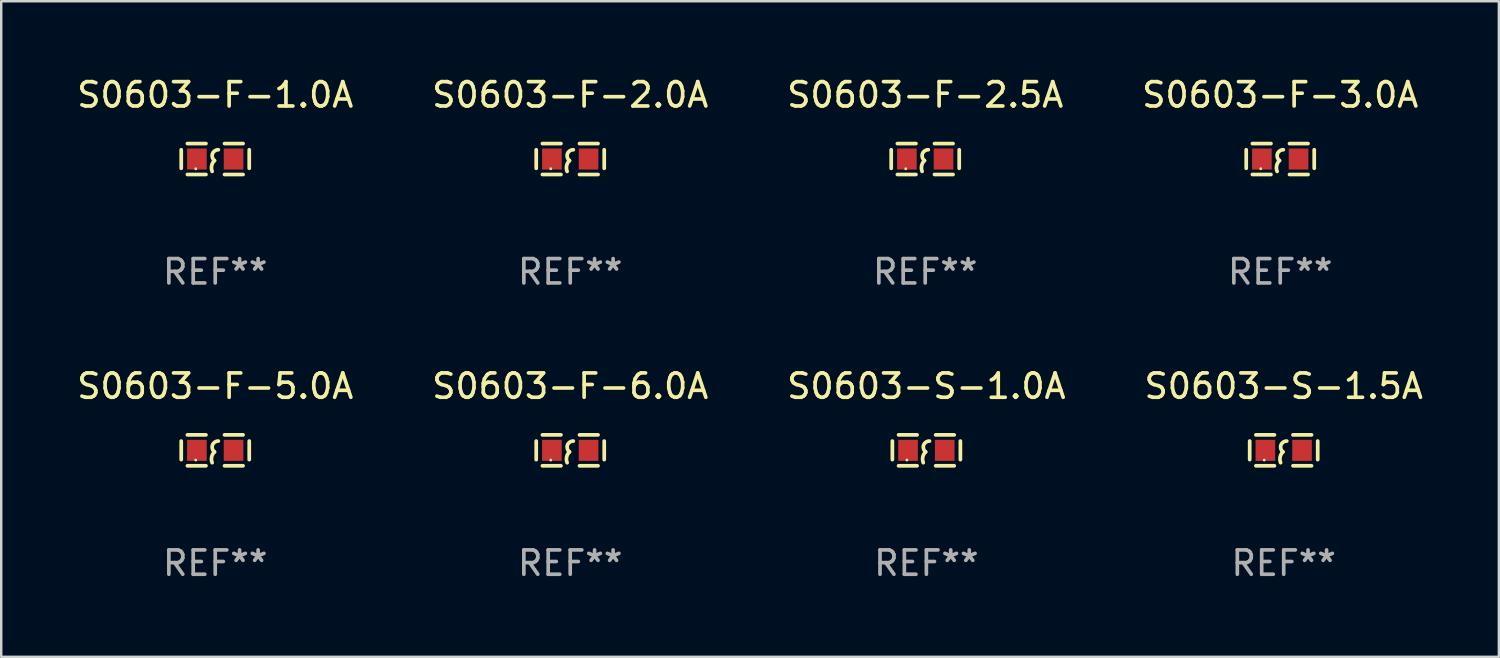
<source format=kicad_pcb>
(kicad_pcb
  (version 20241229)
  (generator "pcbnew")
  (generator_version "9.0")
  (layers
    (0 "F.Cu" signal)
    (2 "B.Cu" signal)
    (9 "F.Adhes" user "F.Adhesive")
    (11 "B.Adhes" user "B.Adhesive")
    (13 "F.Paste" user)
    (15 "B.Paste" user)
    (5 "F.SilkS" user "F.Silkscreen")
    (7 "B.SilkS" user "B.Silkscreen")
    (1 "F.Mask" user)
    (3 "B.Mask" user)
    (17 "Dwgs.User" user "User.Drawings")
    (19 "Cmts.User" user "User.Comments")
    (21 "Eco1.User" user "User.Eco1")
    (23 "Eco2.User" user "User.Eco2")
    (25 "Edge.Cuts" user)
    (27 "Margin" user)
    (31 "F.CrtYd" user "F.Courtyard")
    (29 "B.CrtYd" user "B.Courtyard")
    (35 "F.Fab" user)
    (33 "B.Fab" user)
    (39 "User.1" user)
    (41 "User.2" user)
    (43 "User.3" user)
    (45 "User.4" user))
  (footprint "S0603-F-6.0A"
    (layer "F.Cu")
    (at 20.375 15.45)
    (property "Reference" "S0603-F-6.0A" (at 0 -2.635 0) (layer "F.SilkS") (effects (font (size 1 1) (thickness 0.15))))
    (attr through_hole)
    (fp_line (start -1.397 -0.381) (end -1.397 0.381) (stroke (width 0.152) (type solid)) (layer "F.SilkS"))
    (fp_line (start -0.381 -0.635) (end -1.143 -0.635) (stroke (width 0.152) (type solid)) (layer "F.SilkS"))
    (fp_line (start -0.381 0.635) (end -1.143 0.635) (stroke (width 0.152) (type solid)) (layer "F.SilkS"))
    (fp_line (start 0.381 -0.635) (end 1.143 -0.635) (stroke (width 0.152) (type solid)) (layer "F.SilkS"))
    (fp_line (start 0.381 0.635) (end 1.143 0.635) (stroke (width 0.152) (type solid)) (layer "F.SilkS"))
    (fp_line (start 1.397 -0.381) (end 1.397 0.381) (stroke (width 0.152) (type solid)) (layer "F.SilkS"))
    (fp_arc (start -0.127 0.508001) (mid -0.146523 0.271131) (end -0.030861 0.0635) (stroke (width 0.151994) (type solid)) (layer "F.SilkS"))
    (fp_arc (start -0.03175 0.0635) (mid -0.113571 -0.216321) (end 0.127001 -0.381002) (stroke (width 0.151994) (type solid)) (layer "F.SilkS"))
    (fp_circle (center -0.8 0.4) (end -0.77 0.4) (stroke (width 0.06) (type solid)) (fill no) (layer "F.SilkS"))
    (fp_text user "REF**" (at 0 4.635 0) (layer "F.Fab") (effects (font (size 1 1) (thickness 0.15))))
    (pad "1" smd rect (at -0.753 0) (size 0.806 0.864) (layers "F.Cu" "F.Mask" "F.Paste"))
    (pad "2" smd rect (at 0.753 0) (size 0.806 0.864) (layers "F.Cu" "F.Mask" "F.Paste")))
  (footprint "S0603-F-5.0A"
    (layer "F.Cu")
    (at 5.792 15.45)
    (property "Reference" "S0603-F-5.0A" (at 0 -2.635 0) (layer "F.SilkS") (effects (font (size 1 1) (thickness 0.15))))
    (attr through_hole)
    (fp_line (start -1.397 -0.381) (end -1.397 0.381) (stroke (width 0.152) (type solid)) (layer "F.SilkS"))
    (fp_line (start -0.381 -0.635) (end -1.143 -0.635) (stroke (width 0.152) (type solid)) (layer "F.SilkS"))
    (fp_line (start -0.381 0.635) (end -1.143 0.635) (stroke (width 0.152) (type solid)) (layer "F.SilkS"))
    (fp_line (start 0.381 -0.635) (end 1.143 -0.635) (stroke (width 0.152) (type solid)) (layer "F.SilkS"))
    (fp_line (start 0.381 0.635) (end 1.143 0.635) (stroke (width 0.152) (type solid)) (layer "F.SilkS"))
    (fp_line (start 1.397 -0.381) (end 1.397 0.381) (stroke (width 0.152) (type solid)) (layer "F.SilkS"))
    (fp_arc (start -0.127 0.508001) (mid -0.146523 0.271131) (end -0.030861 0.0635) (stroke (width 0.151994) (type solid)) (layer "F.SilkS"))
    (fp_arc (start -0.03175 0.0635) (mid -0.113571 -0.216321) (end 0.127001 -0.381002) (stroke (width 0.151994) (type solid)) (layer "F.SilkS"))
    (fp_circle (center -0.8 0.4) (end -0.77 0.4) (stroke (width 0.06) (type solid)) (fill no) (layer "F.SilkS"))
    (fp_text user "REF**" (at 0 4.635 0) (layer "F.Fab") (effects (font (size 1 1) (thickness 0.15))))
    (pad "1" smd rect (at -0.753 0) (size 0.806 0.864) (layers "F.Cu" "F.Mask" "F.Paste"))
    (pad "2" smd rect (at 0.753 0) (size 0.806 0.864) (layers "F.Cu" "F.Mask" "F.Paste")))
  (footprint "S0603-F-3.0A"
    (layer "F.Cu")
    (at 49.542 3.483)
    (property "Reference" "S0603-F-3.0A" (at 0 -2.635 0) (layer "F.SilkS") (effects (font (size 1 1) (thickness 0.15))))
    (attr through_hole)
    (fp_line (start -1.397 -0.381) (end -1.397 0.381) (stroke (width 0.152) (type solid)) (layer "F.SilkS"))
    (fp_line (start -0.381 -0.635) (end -1.143 -0.635) (stroke (width 0.152) (type solid)) (layer "F.SilkS"))
    (fp_line (start -0.381 0.635) (end -1.143 0.635) (stroke (width 0.152) (type solid)) (layer "F.SilkS"))
    (fp_line (start 0.381 -0.635) (end 1.143 -0.635) (stroke (width 0.152) (type solid)) (layer "F.SilkS"))
    (fp_line (start 0.381 0.635) (end 1.143 0.635) (stroke (width 0.152) (type solid)) (layer "F.SilkS"))
    (fp_line (start 1.397 -0.381) (end 1.397 0.381) (stroke (width 0.152) (type solid)) (layer "F.SilkS"))
    (fp_arc (start -0.127 0.508001) (mid -0.146523 0.271131) (end -0.030861 0.0635) (stroke (width 0.151994) (type solid)) (layer "F.SilkS"))
    (fp_arc (start -0.03175 0.0635) (mid -0.113571 -0.216321) (end 0.127001 -0.381002) (stroke (width 0.151994) (type solid)) (layer "F.SilkS"))
    (fp_circle (center -0.8 0.4) (end -0.77 0.4) (stroke (width 0.06) (type solid)) (fill no) (layer "F.SilkS"))
    (fp_text user "REF**" (at 0 4.635 0) (layer "F.Fab") (effects (font (size 1 1) (thickness 0.15))))
    (pad "1" smd rect (at -0.753 0) (size 0.806 0.864) (layers "F.Cu" "F.Mask" "F.Paste"))
    (pad "2" smd rect (at 0.753 0) (size 0.806 0.864) (layers "F.Cu" "F.Mask" "F.Paste")))
  (footprint "S0603-S-1.0A"
    (layer "F.Cu")
    (at 35.006 15.45)
    (property "Reference" "S0603-S-1.0A" (at 0 -2.635 0) (layer "F.SilkS") (effects (font (size 1 1) (thickness 0.15))))
    (attr through_hole)
    (fp_line (start -1.397 -0.381) (end -1.397 0.381) (stroke (width 0.152) (type solid)) (layer "F.SilkS"))
    (fp_line (start -0.381 -0.635) (end -1.143 -0.635) (stroke (width 0.152) (type solid)) (layer "F.SilkS"))
    (fp_line (start -0.381 0.635) (end -1.143 0.635) (stroke (width 0.152) (type solid)) (layer "F.SilkS"))
    (fp_line (start 0.381 -0.635) (end 1.143 -0.635) (stroke (width 0.152) (type solid)) (layer "F.SilkS"))
    (fp_line (start 0.381 0.635) (end 1.143 0.635) (stroke (width 0.152) (type solid)) (layer "F.SilkS"))
    (fp_line (start 1.397 -0.381) (end 1.397 0.381) (stroke (width 0.152) (type solid)) (layer "F.SilkS"))
    (fp_arc (start -0.127 0.508001) (mid -0.146523 0.271131) (end -0.030861 0.0635) (stroke (width 0.151994) (type solid)) (layer "F.SilkS"))
    (fp_arc (start -0.03175 0.0635) (mid -0.113571 -0.216321) (end 0.127001 -0.381002) (stroke (width 0.151994) (type solid)) (layer "F.SilkS"))
    (fp_circle (center -0.8 0.4) (end -0.77 0.4) (stroke (width 0.06) (type solid)) (fill no) (layer "F.SilkS"))
    (fp_text user "REF**" (at 0 4.635 0) (layer "F.Fab") (effects (font (size 1 1) (thickness 0.15))))
    (pad "1" smd rect (at -0.753 0) (size 0.806 0.864) (layers "F.Cu" "F.Mask" "F.Paste"))
    (pad "2" smd rect (at 0.753 0) (size 0.806 0.864) (layers "F.Cu" "F.Mask" "F.Paste")))
  (footprint "S0603-F-2.0A"
    (layer "F.Cu")
    (at 20.375 3.483)
    (property "Reference" "S0603-F-2.0A" (at 0 -2.635 0) (layer "F.SilkS") (effects (font (size 1 1) (thickness 0.15))))
    (attr through_hole)
    (fp_line (start -1.397 -0.381) (end -1.397 0.381) (stroke (width 0.152) (type solid)) (layer "F.SilkS"))
    (fp_line (start -0.381 -0.635) (end -1.143 -0.635) (stroke (width 0.152) (type solid)) (layer "F.SilkS"))
    (fp_line (start -0.381 0.635) (end -1.143 0.635) (stroke (width 0.152) (type solid)) (layer "F.SilkS"))
    (fp_line (start 0.381 -0.635) (end 1.143 -0.635) (stroke (width 0.152) (type solid)) (layer "F.SilkS"))
    (fp_line (start 0.381 0.635) (end 1.143 0.635) (stroke (width 0.152) (type solid)) (layer "F.SilkS"))
    (fp_line (start 1.397 -0.381) (end 1.397 0.381) (stroke (width 0.152) (type solid)) (layer "F.SilkS"))
    (fp_arc (start -0.127 0.508001) (mid -0.146523 0.271131) (end -0.030861 0.0635) (stroke (width 0.151994) (type solid)) (layer "F.SilkS"))
    (fp_arc (start -0.03175 0.0635) (mid -0.113571 -0.216321) (end 0.127001 -0.381002) (stroke (width 0.151994) (type solid)) (layer "F.SilkS"))
    (fp_circle (center -0.8 0.4) (end -0.77 0.4) (stroke (width 0.06) (type solid)) (fill no) (layer "F.SilkS"))
    (fp_text user "REF**" (at 0 4.635 0) (layer "F.Fab") (effects (font (size 1 1) (thickness 0.15))))
    (pad "1" smd rect (at -0.753 0) (size 0.806 0.864) (layers "F.Cu" "F.Mask" "F.Paste"))
    (pad "2" smd rect (at 0.753 0) (size 0.806 0.864) (layers "F.Cu" "F.Mask" "F.Paste")))
  (footprint "S0603-F-1.0A"
    (layer "F.Cu")
    (at 5.792 3.483)
    (property "Reference" "S0603-F-1.0A" (at 0 -2.635 0) (layer "F.SilkS") (effects (font (size 1 1) (thickness 0.15))))
    (attr through_hole)
    (fp_line (start -1.397 -0.381) (end -1.397 0.381) (stroke (width 0.152) (type solid)) (layer "F.SilkS"))
    (fp_line (start -0.381 -0.635) (end -1.143 -0.635) (stroke (width 0.152) (type solid)) (layer "F.SilkS"))
    (fp_line (start -0.381 0.635) (end -1.143 0.635) (stroke (width 0.152) (type solid)) (layer "F.SilkS"))
    (fp_line (start 0.381 -0.635) (end 1.143 -0.635) (stroke (width 0.152) (type solid)) (layer "F.SilkS"))
    (fp_line (start 0.381 0.635) (end 1.143 0.635) (stroke (width 0.152) (type solid)) (layer "F.SilkS"))
    (fp_line (start 1.397 -0.381) (end 1.397 0.381) (stroke (width 0.152) (type solid)) (layer "F.SilkS"))
    (fp_arc (start -0.127 0.508001) (mid -0.146523 0.271131) (end -0.030861 0.0635) (stroke (width 0.151994) (type solid)) (layer "F.SilkS"))
    (fp_arc (start -0.03175 0.0635) (mid -0.113571 -0.216321) (end 0.127001 -0.381002) (stroke (width 0.151994) (type solid)) (layer "F.SilkS"))
    (fp_circle (center -0.8 0.4) (end -0.77 0.4) (stroke (width 0.06) (type solid)) (fill no) (layer "F.SilkS"))
    (fp_text user "REF**" (at 0 4.635 0) (layer "F.Fab") (effects (font (size 1 1) (thickness 0.15))))
    (pad "1" smd rect (at -0.753 0) (size 0.806 0.864) (layers "F.Cu" "F.Mask" "F.Paste"))
    (pad "2" smd rect (at 0.753 0) (size 0.806 0.864) (layers "F.Cu" "F.Mask" "F.Paste")))
  (footprint "S0603-S-1.5A"
    (layer "F.Cu")
    (at 49.685 15.45)
    (property "Reference" "S0603-S-1.5A" (at 0 -2.635 0) (layer "F.SilkS") (effects (font (size 1 1) (thickness 0.15))))
    (attr through_hole)
    (fp_line (start -1.397 -0.381) (end -1.397 0.381) (stroke (width 0.152) (type solid)) (layer "F.SilkS"))
    (fp_line (start -0.381 -0.635) (end -1.143 -0.635) (stroke (width 0.152) (type solid)) (layer "F.SilkS"))
    (fp_line (start -0.381 0.635) (end -1.143 0.635) (stroke (width 0.152) (type solid)) (layer "F.SilkS"))
    (fp_line (start 0.381 -0.635) (end 1.143 -0.635) (stroke (width 0.152) (type solid)) (layer "F.SilkS"))
    (fp_line (start 0.381 0.635) (end 1.143 0.635) (stroke (width 0.152) (type solid)) (layer "F.SilkS"))
    (fp_line (start 1.397 -0.381) (end 1.397 0.381) (stroke (width 0.152) (type solid)) (layer "F.SilkS"))
    (fp_arc (start -0.127 0.508001) (mid -0.146523 0.271131) (end -0.030861 0.0635) (stroke (width 0.151994) (type solid)) (layer "F.SilkS"))
    (fp_arc (start -0.03175 0.0635) (mid -0.113571 -0.216321) (end 0.127001 -0.381002) (stroke (width 0.151994) (type solid)) (layer "F.SilkS"))
    (fp_circle (center -0.8 0.4) (end -0.77 0.4) (stroke (width 0.06) (type solid)) (fill no) (layer "F.SilkS"))
    (fp_text user "REF**" (at 0 4.635 0) (layer "F.Fab") (effects (font (size 1 1) (thickness 0.15))))
    (pad "1" smd rect (at -0.753 0) (size 0.806 0.864) (layers "F.Cu" "F.Mask" "F.Paste"))
    (pad "2" smd rect (at 0.753 0) (size 0.806 0.864) (layers "F.Cu" "F.Mask" "F.Paste")))
  (footprint "S0603-F-2.5A"
    (layer "F.Cu")
    (at 34.958 3.483)
    (property "Reference" "S0603-F-2.5A" (at 0 -2.635 0) (layer "F.SilkS") (effects (font (size 1 1) (thickness 0.15))))
    (attr through_hole)
    (fp_line (start -1.397 -0.381) (end -1.397 0.381) (stroke (width 0.152) (type solid)) (layer "F.SilkS"))
    (fp_line (start -0.381 -0.635) (end -1.143 -0.635) (stroke (width 0.152) (type solid)) (layer "F.SilkS"))
    (fp_line (start -0.381 0.635) (end -1.143 0.635) (stroke (width 0.152) (type solid)) (layer "F.SilkS"))
    (fp_line (start 0.381 -0.635) (end 1.143 -0.635) (stroke (width 0.152) (type solid)) (layer "F.SilkS"))
    (fp_line (start 0.381 0.635) (end 1.143 0.635) (stroke (width 0.152) (type solid)) (layer "F.SilkS"))
    (fp_line (start 1.397 -0.381) (end 1.397 0.381) (stroke (width 0.152) (type solid)) (layer "F.SilkS"))
    (fp_arc (start -0.127 0.508001) (mid -0.146523 0.271131) (end -0.030861 0.0635) (stroke (width 0.151994) (type solid)) (layer "F.SilkS"))
    (fp_arc (start -0.03175 0.0635) (mid -0.113571 -0.216321) (end 0.127001 -0.381002) (stroke (width 0.151994) (type solid)) (layer "F.SilkS"))
    (fp_circle (center -0.8 0.4) (end -0.77 0.4) (stroke (width 0.06) (type solid)) (fill no) (layer "F.SilkS"))
    (fp_text user "REF**" (at 0 4.635 0) (layer "F.Fab") (effects (font (size 1 1) (thickness 0.15))))
    (pad "1" smd rect (at -0.753 0) (size 0.806 0.864) (layers "F.Cu" "F.Mask" "F.Paste"))
    (pad "2" smd rect (at 0.753 0) (size 0.806 0.864) (layers "F.Cu" "F.Mask" "F.Paste")))
  (gr_rect
    (start -3 -3)
    (end 58.524 23.933)
    (stroke (width 0.1) (type default))
    (fill no)
    (layer "Edge.Cuts")))
</source>
